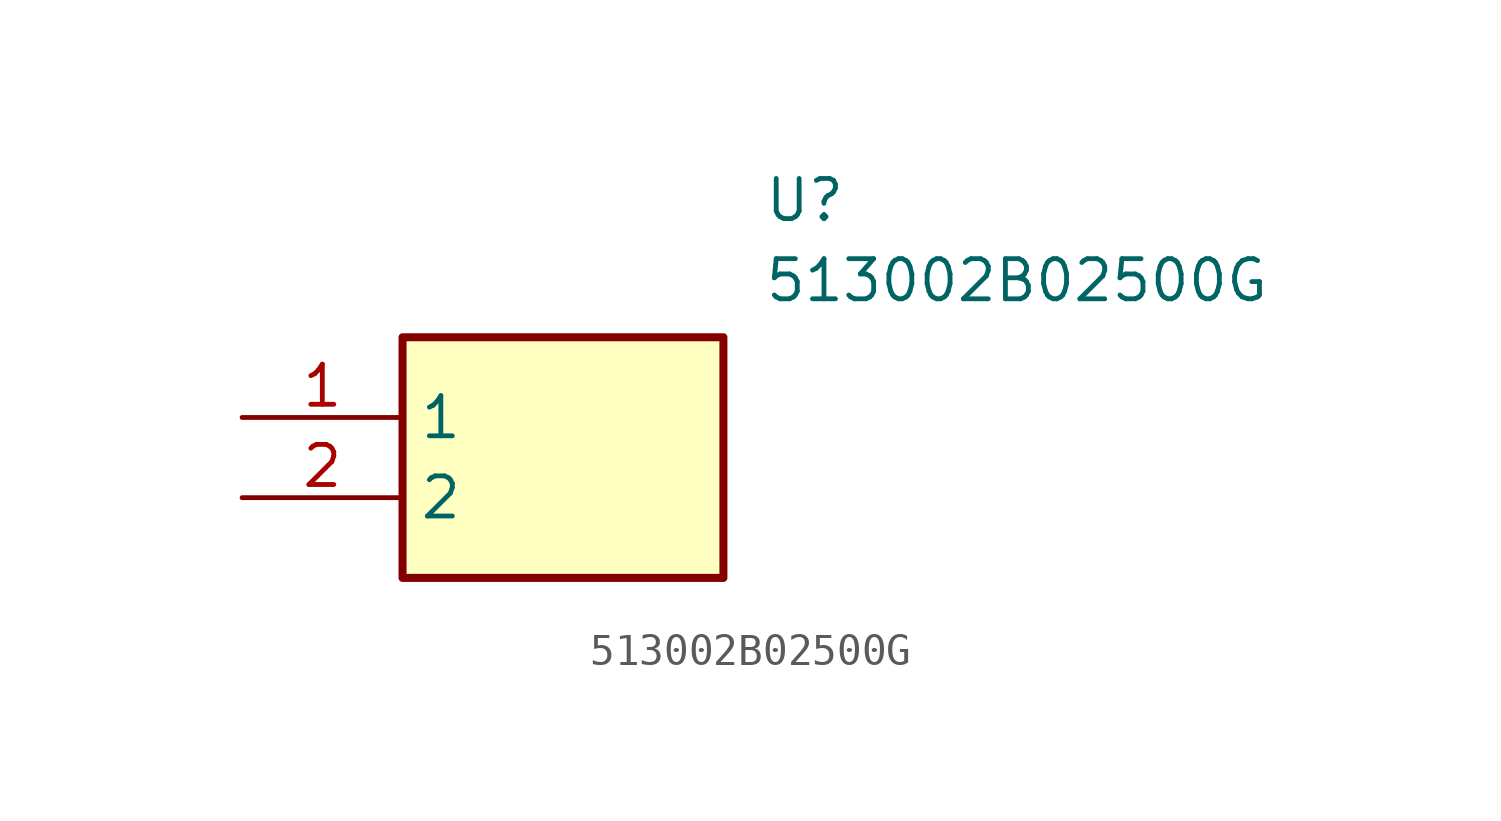
<source format=kicad_sym>
(kicad_symbol_lib
  (version 20211014)
  (generator SamacSys_ECAD_Model)
  (symbol "513002B02500G"
    (property "Reference" "U"
      (at 16.51 7.62 0)
      (effects (font (size 1.27 1.27)) (justify left top)))
    (property "Value" "513002B02500G"
      (at 16.51 5.08 0)
      (effects (font (size 1.27 1.27)) (justify left top)))
    (rectangle
      (start 5.08 2.54)
      (end 15.24 -5.08)
      (stroke (width 0.254) (type default))
      (fill (type background)))
    (pin passive line
      (at 0 0 0)
      (length 5.08)
      (name "1" (effects (font (size 1.27 1.27))))
      (number "1" (effects (font (size 1.27 1.27)))))
    (pin passive line
      (at 0 -2.54 0)
      (length 5.08)
      (name "2" (effects (font (size 1.27 1.27))))
      (number "2" (effects (font (size 1.27 1.27)))))))
</source>
